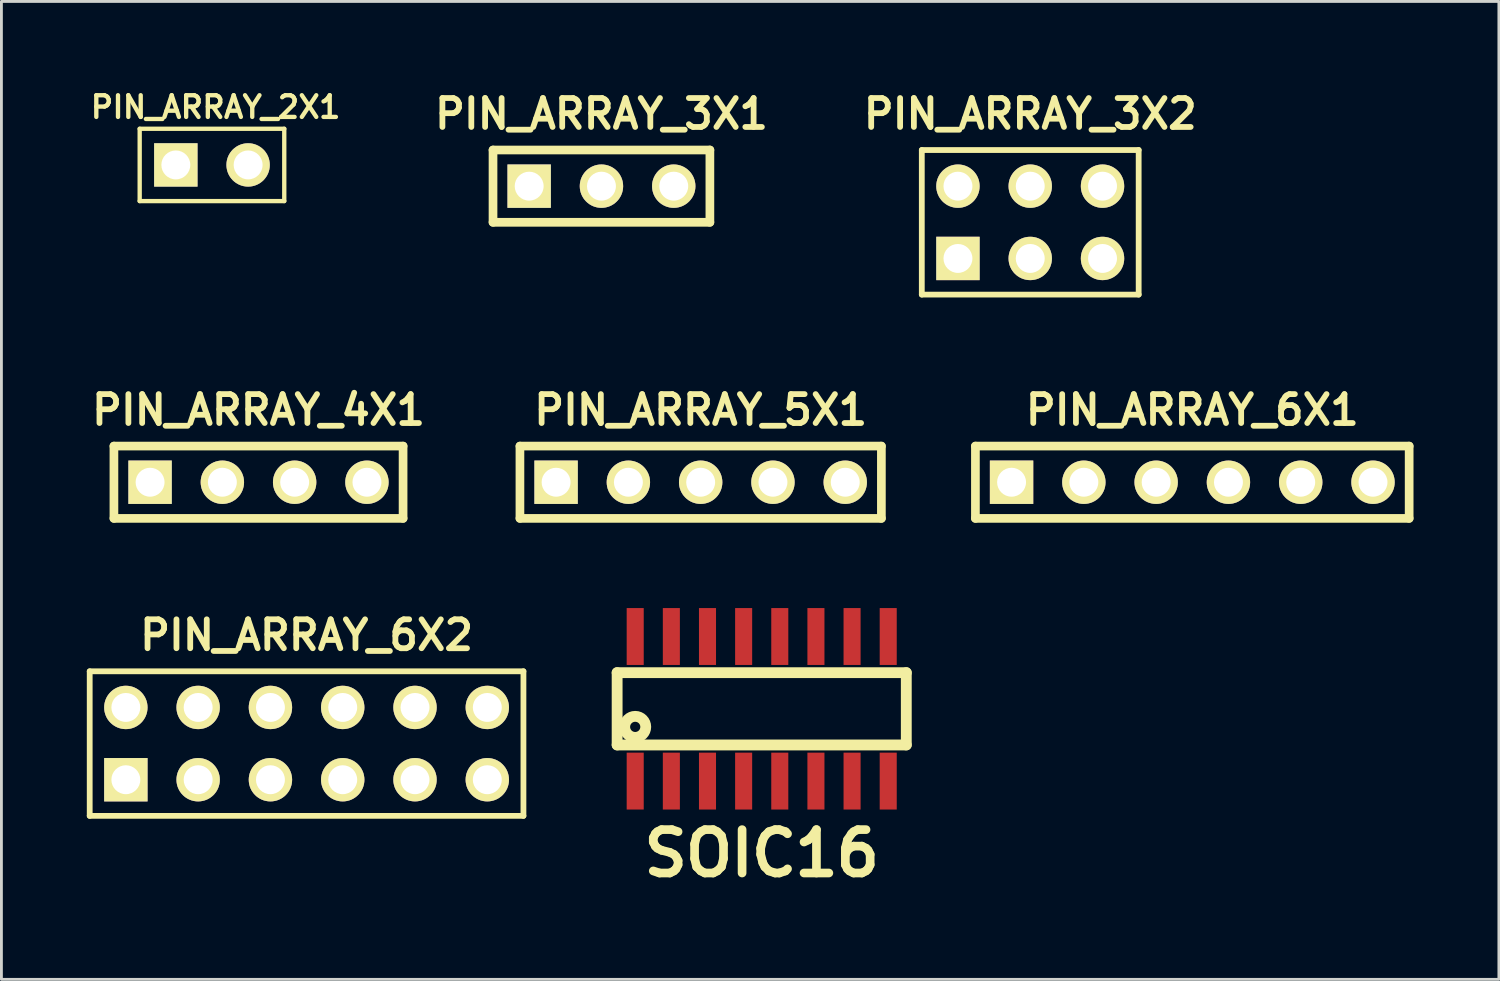
<source format=kicad_pcb>
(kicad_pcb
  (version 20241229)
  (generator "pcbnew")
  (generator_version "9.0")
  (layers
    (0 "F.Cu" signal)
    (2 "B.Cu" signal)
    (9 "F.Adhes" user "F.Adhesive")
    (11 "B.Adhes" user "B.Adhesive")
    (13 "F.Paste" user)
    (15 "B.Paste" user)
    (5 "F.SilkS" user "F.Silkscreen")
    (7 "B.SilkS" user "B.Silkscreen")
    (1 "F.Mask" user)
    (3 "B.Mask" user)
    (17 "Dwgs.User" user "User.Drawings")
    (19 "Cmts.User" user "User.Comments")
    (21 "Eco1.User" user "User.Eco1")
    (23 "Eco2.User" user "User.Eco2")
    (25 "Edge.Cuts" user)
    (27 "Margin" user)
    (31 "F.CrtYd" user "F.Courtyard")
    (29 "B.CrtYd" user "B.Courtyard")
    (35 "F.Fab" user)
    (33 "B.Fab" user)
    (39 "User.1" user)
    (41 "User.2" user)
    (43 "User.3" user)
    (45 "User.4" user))
  (footprint "PIN_ARRAY_5X1"
    (layer "F.Cu")
    (at 21.569 13.894)
    (property "Reference" "PIN_ARRAY_5X1" (at 0 -2.54 0) (layer "F.SilkS") (effects (font (size 1.016 1.016) (thickness 0.203))))
    (attr through_hole)
    (fp_line (start -6.35 -1.27) (end -6.35 1.27) (stroke (width 0.305) (type solid)) (layer "F.SilkS"))
    (fp_line (start -6.35 -1.27) (end 6.35 -1.27) (stroke (width 0.305) (type solid)) (layer "F.SilkS"))
    (fp_line (start 6.35 1.27) (end -6.35 1.27) (stroke (width 0.305) (type solid)) (layer "F.SilkS"))
    (fp_line (start 6.35 1.27) (end 6.35 -1.27) (stroke (width 0.305) (type solid)) (layer "F.SilkS"))
    (pad "1" thru_hole rect (at -5.08 0) (size 1.524 1.524) (drill 1.016) (layers "*.Cu" "*.Mask" "F.SilkS"))
    (pad "2" thru_hole circle (at -2.54 0) (size 1.524 1.524) (drill 1.016) (layers "*.Cu" "*.Mask" "F.SilkS"))
    (pad "3" thru_hole circle (at 0 0) (size 1.524 1.524) (drill 1.016) (layers "*.Cu" "*.Mask" "F.SilkS"))
    (pad "4" thru_hole circle (at 2.54 0) (size 1.524 1.524) (drill 1.016) (layers "*.Cu" "*.Mask" "F.SilkS"))
    (pad "5" thru_hole circle (at 5.08 0) (size 1.524 1.524) (drill 1.016) (layers "*.Cu" "*.Mask" "F.SilkS")))
  (footprint "PIN_ARRAY_3X2"
    (layer "F.Cu")
    (at 30.609 6.031)
    (property "Reference" "PIN_ARRAY_3X2" (at 2.54 -5.08 0) (layer "F.SilkS") (effects (font (size 1.016 1.016) (thickness 0.203))))
    (attr through_hole)
    (fp_line (start -1.27 -3.81) (end 6.35 -3.81) (stroke (width 0.203) (type solid)) (layer "F.SilkS"))
    (fp_line (start -1.27 1.27) (end -1.27 -3.81) (stroke (width 0.203) (type solid)) (layer "F.SilkS"))
    (fp_line (start 6.35 -3.81) (end 6.35 1.27) (stroke (width 0.203) (type solid)) (layer "F.SilkS"))
    (fp_line (start 6.35 1.27) (end -1.27 1.27) (stroke (width 0.203) (type solid)) (layer "F.SilkS"))
    (pad "1" thru_hole rect (at 0 0) (size 1.524 1.524) (drill 1.016) (layers "*.Cu" "*.Mask" "F.SilkS"))
    (pad "2" thru_hole circle (at 0 -2.54) (size 1.524 1.524) (drill 1.016) (layers "*.Cu" "*.Mask" "F.SilkS"))
    (pad "3" thru_hole circle (at 2.54 0) (size 1.524 1.524) (drill 1.016) (layers "*.Cu" "*.Mask" "F.SilkS"))
    (pad "4" thru_hole circle (at 2.54 -2.54) (size 1.524 1.524) (drill 1.016) (layers "*.Cu" "*.Mask" "F.SilkS"))
    (pad "5" thru_hole circle (at 5.08 0) (size 1.524 1.524) (drill 1.016) (layers "*.Cu" "*.Mask" "F.SilkS"))
    (pad "6" thru_hole circle (at 5.08 -2.54) (size 1.524 1.524) (drill 1.016) (layers "*.Cu" "*.Mask" "F.SilkS")))
  (footprint "PIN_ARRAY_6X2"
    (layer "F.Cu")
    (at 5.182 24.347)
    (property "Reference" "PIN_ARRAY_6X2" (at 2.54 -5.08 0) (layer "F.SilkS") (effects (font (size 1.016 1.016) (thickness 0.203))))
    (attr through_hole)
    (fp_line (start -5.08 -3.81) (end 10.16 -3.81) (stroke (width 0.203) (type solid)) (layer "F.SilkS"))
    (fp_line (start -5.08 1.27) (end -5.08 -3.81) (stroke (width 0.203) (type solid)) (layer "F.SilkS"))
    (fp_line (start 10.16 -3.81) (end 10.16 1.27) (stroke (width 0.203) (type solid)) (layer "F.SilkS"))
    (fp_line (start 10.16 1.27) (end -5.08 1.27) (stroke (width 0.203) (type solid)) (layer "F.SilkS"))
    (pad "1" thru_hole rect (at -3.81 0) (size 1.524 1.524) (drill 1.016) (layers "*.Cu" "*.Mask" "F.SilkS"))
    (pad "2" thru_hole circle (at -3.81 -2.54) (size 1.524 1.524) (drill 1.016) (layers "*.Cu" "*.Mask" "F.SilkS"))
    (pad "3" thru_hole circle (at -1.27 0) (size 1.524 1.524) (drill 1.016) (layers "*.Cu" "*.Mask" "F.SilkS"))
    (pad "4" thru_hole circle (at -1.27 -2.54) (size 1.524 1.524) (drill 1.016) (layers "*.Cu" "*.Mask" "F.SilkS"))
    (pad "5" thru_hole circle (at 1.27 0) (size 1.524 1.524) (drill 1.016) (layers "*.Cu" "*.Mask" "F.SilkS"))
    (pad "6" thru_hole circle (at 1.27 -2.54) (size 1.524 1.524) (drill 1.016) (layers "*.Cu" "*.Mask" "F.SilkS"))
    (pad "7" thru_hole circle (at 3.81 0) (size 1.524 1.524) (drill 1.016) (layers "*.Cu" "*.Mask" "F.SilkS"))
    (pad "8" thru_hole circle (at 3.81 -2.54) (size 1.524 1.524) (drill 1.016) (layers "*.Cu" "*.Mask" "F.SilkS"))
    (pad "9" thru_hole circle (at 6.35 0) (size 1.524 1.524) (drill 1.016) (layers "*.Cu" "*.Mask" "F.SilkS"))
    (pad "10" thru_hole circle (at 6.35 -2.54) (size 1.524 1.524) (drill 1.016) (layers "*.Cu" "*.Mask" "F.SilkS"))
    (pad "11" thru_hole circle (at 8.89 0) (size 1.524 1.524) (drill 1.016) (layers "*.Cu" "*.Mask" "F.SilkS"))
    (pad "12" thru_hole circle (at 8.89 -2.54) (size 1.524 1.524) (drill 1.016) (layers "*.Cu" "*.Mask" "F.SilkS")))
  (footprint "PIN_ARRAY_3X1"
    (layer "F.Cu")
    (at 15.543 3.491)
    (property "Reference" "PIN_ARRAY_3X1" (at 2.54 -2.54 0) (layer "F.SilkS") (effects (font (size 1.016 1.016) (thickness 0.203))))
    (attr through_hole)
    (fp_line (start -1.27 -1.27) (end -1.27 1.27) (stroke (width 0.305) (type solid)) (layer "F.SilkS"))
    (fp_line (start -1.27 -1.27) (end 6.35 -1.27) (stroke (width 0.305) (type solid)) (layer "F.SilkS"))
    (fp_line (start 6.35 1.27) (end -1.27 1.27) (stroke (width 0.305) (type solid)) (layer "F.SilkS"))
    (fp_line (start 6.35 1.27) (end 6.35 -1.27) (stroke (width 0.305) (type solid)) (layer "F.SilkS"))
    (pad "1" thru_hole rect (at 0 0) (size 1.524 1.524) (drill 1.016) (layers "*.Cu" "*.Mask" "F.SilkS"))
    (pad "2" thru_hole circle (at 2.54 0) (size 1.524 1.524) (drill 1.016) (layers "*.Cu" "*.Mask" "F.SilkS"))
    (pad "3" thru_hole circle (at 5.08 0) (size 1.524 1.524) (drill 1.016) (layers "*.Cu" "*.Mask" "F.SilkS")))
  (footprint "SOIC16"
    (layer "F.Cu")
    (at 23.714 21.855)
    (property "Reference" "SOIC16" (at 0 5.08 0) (layer "F.SilkS") (effects (font (size 1.524 1.524) (thickness 0.305))))
    (attr through_hole)
    (fp_line (start -5.08 -1.27) (end 5.08 -1.27) (stroke (width 0.381) (type solid)) (layer "F.SilkS"))
    (fp_line (start -5.08 1.27) (end -5.08 -1.27) (stroke (width 0.381) (type solid)) (layer "F.SilkS"))
    (fp_line (start 5.08 -1.27) (end 5.08 1.27) (stroke (width 0.381) (type solid)) (layer "F.SilkS"))
    (fp_line (start 5.08 1.27) (end -5.08 1.27) (stroke (width 0.381) (type solid)) (layer "F.SilkS"))
    (fp_circle (center -4.445 0.635) (end -4.318 0.508) (stroke (width 0.381) (type solid)) (fill no) (layer "F.SilkS"))
    (pad "1" smd rect (at -4.445 2.54) (size 0.599 1.999) (layers "F.Cu" "F.Mask" "F.Paste"))
    (pad "2" smd rect (at -3.175 2.54) (size 0.599 1.999) (layers "F.Cu" "F.Mask" "F.Paste"))
    (pad "3" smd rect (at -1.905 2.54) (size 0.599 1.999) (layers "F.Cu" "F.Mask" "F.Paste"))
    (pad "4" smd rect (at -0.635 2.54) (size 0.599 1.999) (layers "F.Cu" "F.Mask" "F.Paste"))
    (pad "5" smd rect (at 0.635 2.54) (size 0.599 1.999) (layers "F.Cu" "F.Mask" "F.Paste"))
    (pad "6" smd rect (at 1.905 2.54) (size 0.599 1.999) (layers "F.Cu" "F.Mask" "F.Paste"))
    (pad "7" smd rect (at 3.175 2.54) (size 0.599 1.999) (layers "F.Cu" "F.Mask" "F.Paste"))
    (pad "8" smd rect (at 4.445 2.54) (size 0.599 1.999) (layers "F.Cu" "F.Mask" "F.Paste"))
    (pad "9" smd rect (at 4.445 -2.54) (size 0.599 1.999) (layers "F.Cu" "F.Mask" "F.Paste"))
    (pad "10" smd rect (at 3.175 -2.54) (size 0.599 1.999) (layers "F.Cu" "F.Mask" "F.Paste"))
    (pad "11" smd rect (at 1.905 -2.54) (size 0.599 1.999) (layers "F.Cu" "F.Mask" "F.Paste"))
    (pad "12" smd rect (at 0.635 -2.54) (size 0.599 1.999) (layers "F.Cu" "F.Mask" "F.Paste"))
    (pad "13" smd rect (at -0.635 -2.54) (size 0.599 1.999) (layers "F.Cu" "F.Mask" "F.Paste"))
    (pad "14" smd rect (at -1.905 -2.54) (size 0.599 1.999) (layers "F.Cu" "F.Mask" "F.Paste"))
    (pad "15" smd rect (at -3.175 -2.54) (size 0.599 1.999) (layers "F.Cu" "F.Mask" "F.Paste"))
    (pad "16" smd rect (at -4.445 -2.54) (size 0.599 1.999) (layers "F.Cu" "F.Mask" "F.Paste")))
  (footprint "PIN_ARRAY_2X1"
    (layer "F.Cu")
    (at 3.128 2.745)
    (property "Reference" "PIN_ARRAY_2X1" (at 1.397 -2.032 0) (layer "F.SilkS") (effects (font (size 0.762 0.762) (thickness 0.152))))
    (attr through_hole)
    (fp_line (start -1.27 -1.27) (end 3.81 -1.27) (stroke (width 0.152) (type solid)) (layer "F.SilkS"))
    (fp_line (start -1.27 1.27) (end -1.27 -1.27) (stroke (width 0.152) (type solid)) (layer "F.SilkS"))
    (fp_line (start 3.81 -1.27) (end 3.81 1.27) (stroke (width 0.152) (type solid)) (layer "F.SilkS"))
    (fp_line (start 3.81 1.27) (end -1.27 1.27) (stroke (width 0.152) (type solid)) (layer "F.SilkS"))
    (pad "1" thru_hole rect (at 0 0) (size 1.524 1.524) (drill 1.016) (layers "*.Cu" "*.Mask" "F.SilkS"))
    (pad "2" thru_hole circle (at 2.54 0) (size 1.524 1.524) (drill 1.016) (layers "*.Cu" "*.Mask" "F.SilkS")))
  (footprint "PIN_ARRAY_6X1"
    (layer "F.Cu")
    (at 32.493 13.894)
    (property "Reference" "PIN_ARRAY_6X1" (at 6.35 -2.54 0) (layer "F.SilkS") (effects (font (size 1.016 1.016) (thickness 0.203))))
    (attr through_hole)
    (fp_line (start -1.27 -1.27) (end -1.27 1.27) (stroke (width 0.305) (type solid)) (layer "F.SilkS"))
    (fp_line (start -1.27 -1.27) (end 13.97 -1.27) (stroke (width 0.305) (type solid)) (layer "F.SilkS"))
    (fp_line (start 13.97 1.27) (end -1.27 1.27) (stroke (width 0.305) (type solid)) (layer "F.SilkS"))
    (fp_line (start 13.97 1.27) (end 13.97 -1.27) (stroke (width 0.305) (type solid)) (layer "F.SilkS"))
    (pad "1" thru_hole rect (at 0 0) (size 1.524 1.524) (drill 1.016) (layers "*.Cu" "*.Mask" "F.SilkS"))
    (pad "2" thru_hole circle (at 2.54 0) (size 1.524 1.524) (drill 1.016) (layers "*.Cu" "*.Mask" "F.SilkS"))
    (pad "3" thru_hole circle (at 5.08 0) (size 1.524 1.524) (drill 1.016) (layers "*.Cu" "*.Mask" "F.SilkS"))
    (pad "4" thru_hole circle (at 7.62 0) (size 1.524 1.524) (drill 1.016) (layers "*.Cu" "*.Mask" "F.SilkS"))
    (pad "5" thru_hole circle (at 10.16 0) (size 1.524 1.524) (drill 1.016) (layers "*.Cu" "*.Mask" "F.SilkS"))
    (pad "6" thru_hole circle (at 12.7 0) (size 1.524 1.524) (drill 1.016) (layers "*.Cu" "*.Mask" "F.SilkS")))
  (footprint "PIN_ARRAY_4X1"
    (layer "F.Cu")
    (at 6.033 13.894)
    (property "Reference" "PIN_ARRAY_4X1" (at 0 -2.54 0) (layer "F.SilkS") (effects (font (size 1.016 1.016) (thickness 0.203))))
    (attr through_hole)
    (fp_line (start -5.08 -1.27) (end -5.08 1.27) (stroke (width 0.305) (type solid)) (layer "F.SilkS"))
    (fp_line (start -5.08 -1.27) (end 5.08 -1.27) (stroke (width 0.305) (type solid)) (layer "F.SilkS"))
    (fp_line (start 5.08 1.27) (end -5.08 1.27) (stroke (width 0.305) (type solid)) (layer "F.SilkS"))
    (fp_line (start 5.08 1.27) (end 5.08 -1.27) (stroke (width 0.305) (type solid)) (layer "F.SilkS"))
    (pad "1" thru_hole rect (at -3.81 0) (size 1.524 1.524) (drill 1.016) (layers "*.Cu" "*.Mask" "F.SilkS"))
    (pad "2" thru_hole circle (at -1.27 0) (size 1.524 1.524) (drill 1.016) (layers "*.Cu" "*.Mask" "F.SilkS"))
    (pad "3" thru_hole circle (at 1.27 0) (size 1.524 1.524) (drill 1.016) (layers "*.Cu" "*.Mask" "F.SilkS"))
    (pad "4" thru_hole circle (at 3.81 0) (size 1.524 1.524) (drill 1.016) (layers "*.Cu" "*.Mask" "F.SilkS")))
  (gr_rect
    (start -3 -3)
    (end 49.616 31.362)
    (stroke (width 0.1) (type default))
    (fill no)
    (layer "Edge.Cuts")))
</source>
